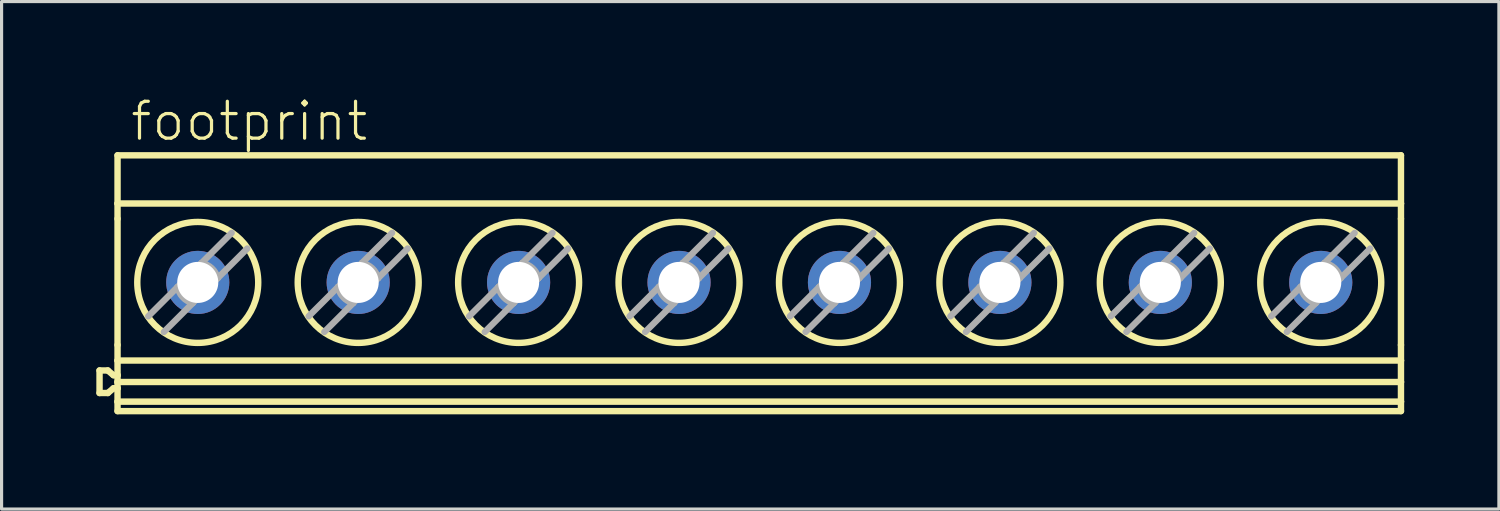
<source format=kicad_pcb>
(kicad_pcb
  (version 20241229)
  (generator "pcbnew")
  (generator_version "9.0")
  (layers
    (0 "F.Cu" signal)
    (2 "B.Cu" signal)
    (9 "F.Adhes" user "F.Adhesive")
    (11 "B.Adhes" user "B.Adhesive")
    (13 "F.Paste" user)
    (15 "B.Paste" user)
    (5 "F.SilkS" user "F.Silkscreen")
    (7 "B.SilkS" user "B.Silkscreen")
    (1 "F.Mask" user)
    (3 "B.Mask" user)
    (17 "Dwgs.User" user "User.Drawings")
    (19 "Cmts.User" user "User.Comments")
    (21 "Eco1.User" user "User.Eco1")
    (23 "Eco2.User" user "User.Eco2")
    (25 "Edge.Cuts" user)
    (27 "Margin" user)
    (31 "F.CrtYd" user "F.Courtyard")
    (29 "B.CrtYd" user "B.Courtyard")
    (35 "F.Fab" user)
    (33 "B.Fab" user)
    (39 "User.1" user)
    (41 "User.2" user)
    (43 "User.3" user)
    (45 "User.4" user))
  (footprint "footprint"
    (layer "F.Cu")
    (at 21.013 5.918)
    (property "Reference" "footprint" (at -19.991 -4.445 0) (layer "F.SilkS") (effects (font (size 1.168 1.168) (thickness 0.102)) (justify left bottom)))
    (fp_line (start -20.911 2.763) (end -20.911 3.477) (stroke (width 0.203) (type solid)) (layer "F.SilkS"))
    (fp_line (start -20.911 2.763) (end -20.648 2.763) (stroke (width 0.203) (type solid)) (layer "F.SilkS"))
    (fp_line (start -20.911 3.477) (end -20.648 3.477) (stroke (width 0.203) (type solid)) (layer "F.SilkS"))
    (fp_line (start -20.648 2.763) (end -20.47 2.913) (stroke (width 0.203) (type solid)) (layer "F.SilkS"))
    (fp_line (start -20.47 2.913) (end -20.341 2.913) (stroke (width 0.203) (type solid)) (layer "F.SilkS"))
    (fp_line (start -20.47 3.327) (end -20.648 3.477) (stroke (width 0.203) (type solid)) (layer "F.SilkS"))
    (fp_line (start -20.341 -4.05) (end 20.299 -4.05) (stroke (width 0.203) (type solid)) (layer "F.SilkS"))
    (fp_line (start -20.341 -2.524) (end -20.341 -4.05) (stroke (width 0.203) (type solid)) (layer "F.SilkS"))
    (fp_line (start -20.341 -2.524) (end -20.341 -2.041) (stroke (width 0.203) (type solid)) (layer "F.SilkS"))
    (fp_line (start -20.341 -2.524) (end 20.299 -2.524) (stroke (width 0.203) (type solid)) (layer "F.SilkS"))
    (fp_line (start -20.341 1.956) (end -20.341 -2.041) (stroke (width 0.203) (type solid)) (layer "F.SilkS"))
    (fp_line (start -20.341 1.956) (end -20.341 2.448) (stroke (width 0.203) (type solid)) (layer "F.SilkS"))
    (fp_line (start -20.341 2.913) (end -20.341 2.448) (stroke (width 0.203) (type solid)) (layer "F.SilkS"))
    (fp_line (start -20.341 3.128) (end -20.341 2.913) (stroke (width 0.203) (type solid)) (layer "F.SilkS"))
    (fp_line (start -20.341 3.128) (end 20.299 3.128) (stroke (width 0.203) (type solid)) (layer "F.SilkS"))
    (fp_line (start -20.341 3.327) (end -20.47 3.327) (stroke (width 0.203) (type solid)) (layer "F.SilkS"))
    (fp_line (start -20.341 3.327) (end -20.341 3.128) (stroke (width 0.203) (type solid)) (layer "F.SilkS"))
    (fp_line (start -20.341 3.75) (end -20.341 3.327) (stroke (width 0.203) (type solid)) (layer "F.SilkS"))
    (fp_line (start -20.341 3.75) (end -20.341 4.05) (stroke (width 0.203) (type solid)) (layer "F.SilkS"))
    (fp_line (start -20.341 4.05) (end 20.299 4.05) (stroke (width 0.203) (type solid)) (layer "F.SilkS"))
    (fp_line (start 20.299 -2.524) (end 20.299 -4.05) (stroke (width 0.203) (type solid)) (layer "F.SilkS"))
    (fp_line (start 20.299 -2.524) (end 20.299 -2.041) (stroke (width 0.203) (type solid)) (layer "F.SilkS"))
    (fp_line (start 20.299 1.956) (end 20.299 -2.041) (stroke (width 0.203) (type solid)) (layer "F.SilkS"))
    (fp_line (start 20.299 1.956) (end 20.299 2.448) (stroke (width 0.203) (type solid)) (layer "F.SilkS"))
    (fp_line (start 20.299 2.448) (end -20.341 2.448) (stroke (width 0.203) (type solid)) (layer "F.SilkS"))
    (fp_line (start 20.299 3.128) (end 20.299 2.448) (stroke (width 0.203) (type solid)) (layer "F.SilkS"))
    (fp_line (start 20.299 3.75) (end -20.341 3.75) (stroke (width 0.203) (type solid)) (layer "F.SilkS"))
    (fp_line (start 20.299 3.75) (end 20.299 3.128) (stroke (width 0.203) (type solid)) (layer "F.SilkS"))
    (fp_line (start 20.299 3.75) (end 20.299 4.05) (stroke (width 0.203) (type solid)) (layer "F.SilkS"))
    (fp_circle (center -17.801 -0.025) (end -15.886 -0.025) (stroke (width 0.203) (type solid)) (fill no) (layer "F.SilkS"))
    (fp_circle (center -12.721 -0.025) (end -10.806 -0.025) (stroke (width 0.203) (type solid)) (fill no) (layer "F.SilkS"))
    (fp_circle (center -7.641 -0.025) (end -5.726 -0.025) (stroke (width 0.203) (type solid)) (fill no) (layer "F.SilkS"))
    (fp_circle (center -2.561 -0.025) (end -0.646 -0.025) (stroke (width 0.203) (type solid)) (fill no) (layer "F.SilkS"))
    (fp_circle (center 2.519 -0.025) (end 4.434 -0.025) (stroke (width 0.203) (type solid)) (fill no) (layer "F.SilkS"))
    (fp_circle (center 7.599 -0.025) (end 9.514 -0.025) (stroke (width 0.203) (type solid)) (fill no) (layer "F.SilkS"))
    (fp_circle (center 12.679 -0.025) (end 14.594 -0.025) (stroke (width 0.203) (type solid)) (fill no) (layer "F.SilkS"))
    (fp_circle (center 17.759 -0.025) (end 19.674 -0.025) (stroke (width 0.203) (type solid)) (fill no) (layer "F.SilkS"))
    (fp_line (start -19.369 1.048) (end -18.44 0.119) (stroke (width 0.203) (type solid)) (layer "F.Fab"))
    (fp_line (start -18.44 0.119) (end -17.801 -0.52) (stroke (width 0.203) (type solid)) (layer "F.Fab"))
    (fp_line (start -17.961 0.63) (end -18.874 1.543) (stroke (width 0.203) (type solid)) (layer "F.Fab"))
    (fp_line (start -17.801 -0.52) (end -17.682 -0.639) (stroke (width 0.203) (type solid)) (layer "F.Fab"))
    (fp_line (start -17.801 0.47) (end -17.961 0.63) (stroke (width 0.203) (type solid)) (layer "F.Fab"))
    (fp_line (start -17.682 -0.639) (end -16.728 -1.593) (stroke (width 0.203) (type solid)) (layer "F.Fab"))
    (fp_line (start -17.171 -0.16) (end -17.801 0.47) (stroke (width 0.203) (type solid)) (layer "F.Fab"))
    (fp_line (start -16.233 -1.098) (end -17.171 -0.16) (stroke (width 0.203) (type solid)) (layer "F.Fab"))
    (fp_line (start -14.289 1.048) (end -13.36 0.119) (stroke (width 0.203) (type solid)) (layer "F.Fab"))
    (fp_line (start -13.36 0.119) (end -12.721 -0.52) (stroke (width 0.203) (type solid)) (layer "F.Fab"))
    (fp_line (start -12.881 0.63) (end -13.794 1.543) (stroke (width 0.203) (type solid)) (layer "F.Fab"))
    (fp_line (start -12.721 -0.52) (end -12.602 -0.639) (stroke (width 0.203) (type solid)) (layer "F.Fab"))
    (fp_line (start -12.721 0.47) (end -12.881 0.63) (stroke (width 0.203) (type solid)) (layer "F.Fab"))
    (fp_line (start -12.602 -0.639) (end -11.648 -1.593) (stroke (width 0.203) (type solid)) (layer "F.Fab"))
    (fp_line (start -12.091 -0.16) (end -12.721 0.47) (stroke (width 0.203) (type solid)) (layer "F.Fab"))
    (fp_line (start -11.153 -1.098) (end -12.091 -0.16) (stroke (width 0.203) (type solid)) (layer "F.Fab"))
    (fp_line (start -9.209 1.048) (end -8.28 0.119) (stroke (width 0.203) (type solid)) (layer "F.Fab"))
    (fp_line (start -8.28 0.119) (end -7.641 -0.52) (stroke (width 0.203) (type solid)) (layer "F.Fab"))
    (fp_line (start -7.801 0.63) (end -8.714 1.543) (stroke (width 0.203) (type solid)) (layer "F.Fab"))
    (fp_line (start -7.641 -0.52) (end -7.522 -0.639) (stroke (width 0.203) (type solid)) (layer "F.Fab"))
    (fp_line (start -7.641 0.47) (end -7.801 0.63) (stroke (width 0.203) (type solid)) (layer "F.Fab"))
    (fp_line (start -7.522 -0.639) (end -6.568 -1.593) (stroke (width 0.203) (type solid)) (layer "F.Fab"))
    (fp_line (start -7.011 -0.16) (end -7.641 0.47) (stroke (width 0.203) (type solid)) (layer "F.Fab"))
    (fp_line (start -6.073 -1.098) (end -7.011 -0.16) (stroke (width 0.203) (type solid)) (layer "F.Fab"))
    (fp_line (start -4.129 1.048) (end -3.2 0.119) (stroke (width 0.203) (type solid)) (layer "F.Fab"))
    (fp_line (start -3.2 0.119) (end -2.561 -0.52) (stroke (width 0.203) (type solid)) (layer "F.Fab"))
    (fp_line (start -2.721 0.63) (end -3.634 1.543) (stroke (width 0.203) (type solid)) (layer "F.Fab"))
    (fp_line (start -2.561 -0.52) (end -2.442 -0.639) (stroke (width 0.203) (type solid)) (layer "F.Fab"))
    (fp_line (start -2.561 0.47) (end -2.721 0.63) (stroke (width 0.203) (type solid)) (layer "F.Fab"))
    (fp_line (start -2.442 -0.639) (end -1.488 -1.593) (stroke (width 0.203) (type solid)) (layer "F.Fab"))
    (fp_line (start -1.931 -0.16) (end -2.561 0.47) (stroke (width 0.203) (type solid)) (layer "F.Fab"))
    (fp_line (start -0.993 -1.098) (end -1.931 -0.16) (stroke (width 0.203) (type solid)) (layer "F.Fab"))
    (fp_line (start 0.951 1.048) (end 1.88 0.119) (stroke (width 0.203) (type solid)) (layer "F.Fab"))
    (fp_line (start 1.88 0.119) (end 2.519 -0.52) (stroke (width 0.203) (type solid)) (layer "F.Fab"))
    (fp_line (start 2.359 0.63) (end 1.446 1.543) (stroke (width 0.203) (type solid)) (layer "F.Fab"))
    (fp_line (start 2.519 -0.52) (end 2.638 -0.639) (stroke (width 0.203) (type solid)) (layer "F.Fab"))
    (fp_line (start 2.519 0.47) (end 2.359 0.63) (stroke (width 0.203) (type solid)) (layer "F.Fab"))
    (fp_line (start 2.638 -0.639) (end 3.592 -1.593) (stroke (width 0.203) (type solid)) (layer "F.Fab"))
    (fp_line (start 3.149 -0.16) (end 2.519 0.47) (stroke (width 0.203) (type solid)) (layer "F.Fab"))
    (fp_line (start 4.087 -1.098) (end 3.149 -0.16) (stroke (width 0.203) (type solid)) (layer "F.Fab"))
    (fp_line (start 6.031 1.048) (end 6.96 0.119) (stroke (width 0.203) (type solid)) (layer "F.Fab"))
    (fp_line (start 6.96 0.119) (end 7.599 -0.52) (stroke (width 0.203) (type solid)) (layer "F.Fab"))
    (fp_line (start 7.439 0.63) (end 6.526 1.543) (stroke (width 0.203) (type solid)) (layer "F.Fab"))
    (fp_line (start 7.599 -0.52) (end 7.718 -0.639) (stroke (width 0.203) (type solid)) (layer "F.Fab"))
    (fp_line (start 7.599 0.47) (end 7.439 0.63) (stroke (width 0.203) (type solid)) (layer "F.Fab"))
    (fp_line (start 7.718 -0.639) (end 8.672 -1.593) (stroke (width 0.203) (type solid)) (layer "F.Fab"))
    (fp_line (start 8.229 -0.16) (end 7.599 0.47) (stroke (width 0.203) (type solid)) (layer "F.Fab"))
    (fp_line (start 9.167 -1.098) (end 8.229 -0.16) (stroke (width 0.203) (type solid)) (layer "F.Fab"))
    (fp_line (start 11.111 1.048) (end 12.04 0.119) (stroke (width 0.203) (type solid)) (layer "F.Fab"))
    (fp_line (start 12.04 0.119) (end 12.679 -0.52) (stroke (width 0.203) (type solid)) (layer "F.Fab"))
    (fp_line (start 12.519 0.63) (end 11.606 1.543) (stroke (width 0.203) (type solid)) (layer "F.Fab"))
    (fp_line (start 12.679 -0.52) (end 12.798 -0.639) (stroke (width 0.203) (type solid)) (layer "F.Fab"))
    (fp_line (start 12.679 0.47) (end 12.519 0.63) (stroke (width 0.203) (type solid)) (layer "F.Fab"))
    (fp_line (start 12.798 -0.639) (end 13.752 -1.593) (stroke (width 0.203) (type solid)) (layer "F.Fab"))
    (fp_line (start 13.309 -0.16) (end 12.679 0.47) (stroke (width 0.203) (type solid)) (layer "F.Fab"))
    (fp_line (start 14.247 -1.098) (end 13.309 -0.16) (stroke (width 0.203) (type solid)) (layer "F.Fab"))
    (fp_line (start 16.191 1.048) (end 17.12 0.119) (stroke (width 0.203) (type solid)) (layer "F.Fab"))
    (fp_line (start 17.12 0.119) (end 17.759 -0.52) (stroke (width 0.203) (type solid)) (layer "F.Fab"))
    (fp_line (start 17.599 0.63) (end 16.686 1.543) (stroke (width 0.203) (type solid)) (layer "F.Fab"))
    (fp_line (start 17.759 -0.52) (end 17.878 -0.639) (stroke (width 0.203) (type solid)) (layer "F.Fab"))
    (fp_line (start 17.759 0.47) (end 17.599 0.63) (stroke (width 0.203) (type solid)) (layer "F.Fab"))
    (fp_line (start 17.878 -0.639) (end 18.832 -1.593) (stroke (width 0.203) (type solid)) (layer "F.Fab"))
    (fp_line (start 18.389 -0.16) (end 17.759 0.47) (stroke (width 0.203) (type solid)) (layer "F.Fab"))
    (fp_line (start 19.327 -1.098) (end 18.389 -0.16) (stroke (width 0.203) (type solid)) (layer "F.Fab"))
    (fp_arc (start -17.961099 0.63) (mid -18.275315 0.444537) (end -18.4401 0.119) (stroke (width 0.2032) (type solid)) (layer "F.Fab"))
    (fp_arc (start -17.6821 -0.639) (mid -17.356563 -0.474216) (end -17.1711 -0.16) (stroke (width 0.2032) (type solid)) (layer "F.Fab"))
    (fp_arc (start -12.881099 0.63) (mid -13.195315 0.444537) (end -13.3601 0.119) (stroke (width 0.2032) (type solid)) (layer "F.Fab"))
    (fp_arc (start -12.6021 -0.639) (mid -12.276563 -0.474216) (end -12.0911 -0.16) (stroke (width 0.2032) (type solid)) (layer "F.Fab"))
    (fp_arc (start -7.801099 0.63) (mid -8.115315 0.444537) (end -8.2801 0.119) (stroke (width 0.2032) (type solid)) (layer "F.Fab"))
    (fp_arc (start -7.5221 -0.639) (mid -7.196563 -0.474216) (end -7.0111 -0.16) (stroke (width 0.2032) (type solid)) (layer "F.Fab"))
    (fp_arc (start -2.721099 0.63) (mid -3.035315 0.444537) (end -3.2001 0.119) (stroke (width 0.2032) (type solid)) (layer "F.Fab"))
    (fp_arc (start -2.4421 -0.639) (mid -2.116563 -0.474216) (end -1.9311 -0.16) (stroke (width 0.2032) (type solid)) (layer "F.Fab"))
    (fp_arc (start 2.3589 0.629999) (mid 2.044684 0.444536) (end 1.8799 0.119) (stroke (width 0.2032) (type solid)) (layer "F.Fab"))
    (fp_arc (start 2.6379 -0.639001) (mid 2.963437 -0.474216) (end 3.1489 -0.16) (stroke (width 0.2032) (type solid)) (layer "F.Fab"))
    (fp_arc (start 7.4389 0.629999) (mid 7.124684 0.444536) (end 6.9599 0.119) (stroke (width 0.2032) (type solid)) (layer "F.Fab"))
    (fp_arc (start 7.7179 -0.639001) (mid 8.043437 -0.474216) (end 8.2289 -0.16) (stroke (width 0.2032) (type solid)) (layer "F.Fab"))
    (fp_arc (start 12.5189 0.629999) (mid 12.204684 0.444536) (end 12.0399 0.119) (stroke (width 0.2032) (type solid)) (layer "F.Fab"))
    (fp_arc (start 12.7979 -0.639001) (mid 13.123437 -0.474216) (end 13.3089 -0.16) (stroke (width 0.2032) (type solid)) (layer "F.Fab"))
    (fp_arc (start 17.5989 0.629999) (mid 17.284684 0.444536) (end 17.1199 0.119) (stroke (width 0.2032) (type solid)) (layer "F.Fab"))
    (fp_arc (start 17.8779 -0.639001) (mid 18.203437 -0.474216) (end 18.3889 -0.16) (stroke (width 0.2032) (type solid)) (layer "F.Fab"))
    (pad "1" thru_hole circle (at -17.801 -0.025) (size 2 2) (drill 1.3) (layers "*.Cu" "*.Mask"))
    (pad "2" thru_hole circle (at -12.721 -0.025) (size 2 2) (drill 1.3) (layers "*.Cu" "*.Mask"))
    (pad "3" thru_hole circle (at -7.641 -0.025) (size 2 2) (drill 1.3) (layers "*.Cu" "*.Mask"))
    (pad "4" thru_hole circle (at -2.561 -0.025) (size 2 2) (drill 1.3) (layers "*.Cu" "*.Mask"))
    (pad "5" thru_hole circle (at 2.519 -0.025) (size 2 2) (drill 1.3) (layers "*.Cu" "*.Mask"))
    (pad "6" thru_hole circle (at 7.599 -0.025) (size 2 2) (drill 1.3) (layers "*.Cu" "*.Mask"))
    (pad "7" thru_hole circle (at 12.679 -0.025) (size 2 2) (drill 1.3) (layers "*.Cu" "*.Mask"))
    (pad "8" thru_hole circle (at 17.759 -0.025) (size 2 2) (drill 1.3) (layers "*.Cu" "*.Mask")))
  (gr_rect
    (start -3 -3)
    (end 44.413 13.07)
    (stroke (width 0.1) (type default))
    (fill no)
    (layer "Edge.Cuts")))
</source>
